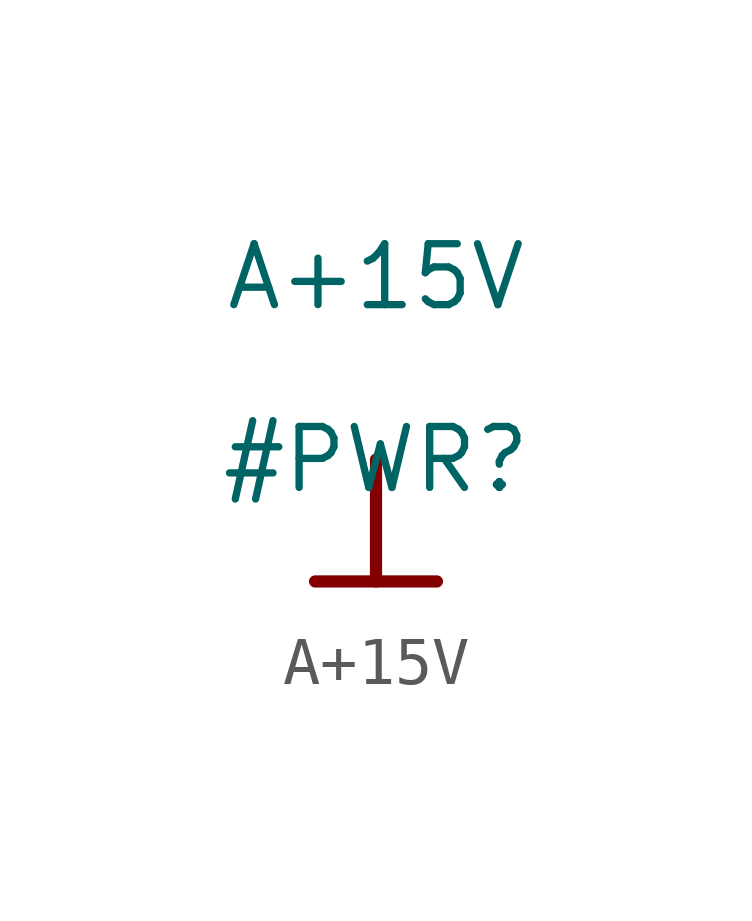
<source format=kicad_sym>
(kicad_symbol_lib
  (version 20220914)
  (generator kicad_symbol_editor)
  (symbol "A+15V"
    (power)
    (property "Reference" "#PWR"
      (at 0 0 0)
      (effects (font (size 1.27 1.27))))
    (property "Value" "A+15V"
      (at 0 3.81 0)
      (effects (font (size 1.27 1.27))))
    (symbol "A+15V_0_0"
      (polyline (pts (xy -1.27 -2.54) (xy 1.27 -2.54)) (stroke (width 0.254) (type solid)) (fill (type none)))
      (polyline (pts (xy 0 0) (xy 0 -2.54)) (stroke (width 0.254) (type solid)) (fill (type none)))
      (pin power_in line (at 0 0 0) (length 0) hide (name "A+15V" (effects (font (size 1.27 1.27)))) (number "" (effects (font (size 1.27 1.27))))))))
</source>
